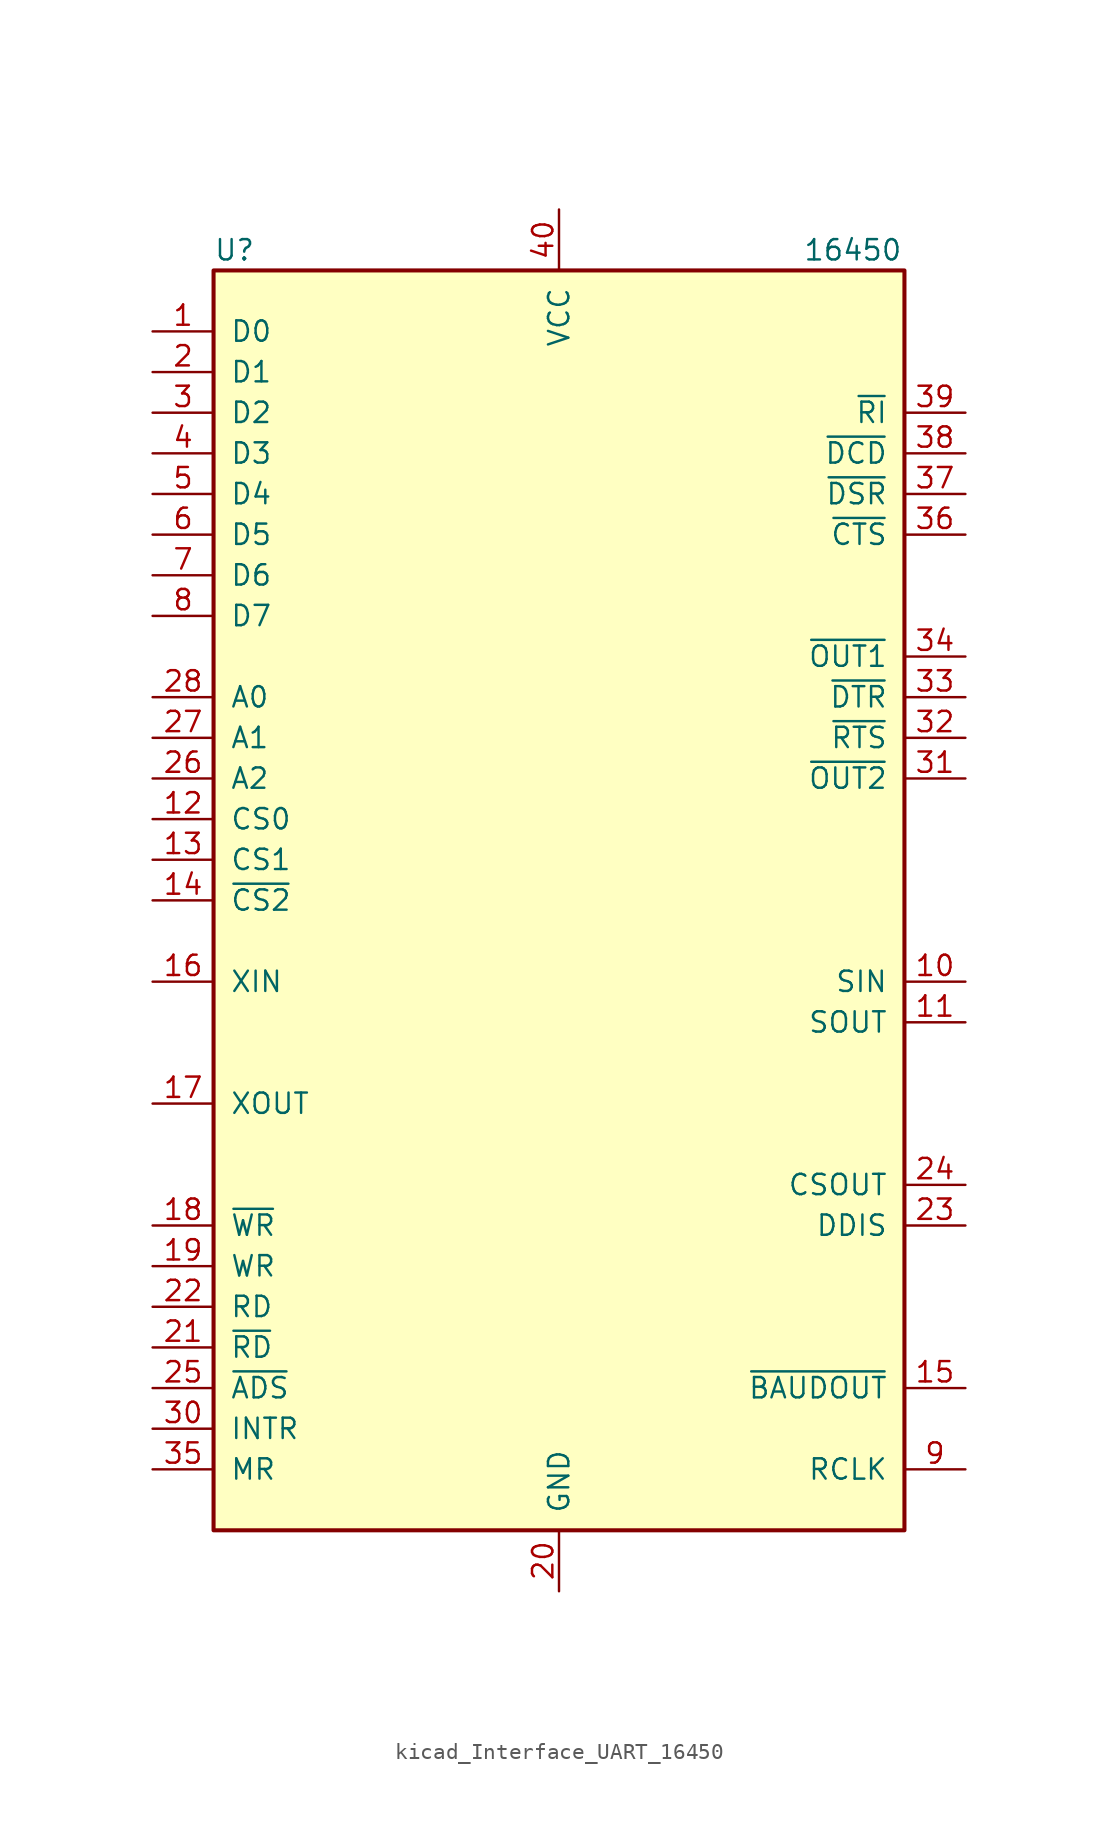
<source format=kicad_sym>
(kicad_symbol_lib
  (version 20220914)
  (generator kicad_symbol_editor)
  (symbol "kicad_Interface_UART_16450"
    (pin_names
      (offset 1.016))
    (property "Reference" "U"
      (at -21.59 40.64 0)
      (effects (font (size 1.27 1.27)) (justify left)))
    (property "Value" "16450"
      (at 15.24 40.64 0)
      (effects (font (size 1.27 1.27)) (justify left)))
    (symbol "kicad_Interface_UART_16450_0_1"
      (rectangle (start -21.59 -39.37) (end 21.59 39.37) (stroke (width 0.254) (type default)) (fill (type background))))
    (symbol "kicad_Interface_UART_16450_1_1"
      (pin bidirectional line (at -25.4 35.56 0) (length 3.81) (name "D0" (effects (font (size 1.27 1.27)))) (number "1" (effects (font (size 1.27 1.27)))))
      (pin input line (at 25.4 -5.08 180) (length 3.81) (name "SIN" (effects (font (size 1.27 1.27)))) (number "10" (effects (font (size 1.27 1.27)))))
      (pin output line (at 25.4 -7.62 180) (length 3.81) (name "SOUT" (effects (font (size 1.27 1.27)))) (number "11" (effects (font (size 1.27 1.27)))))
      (pin input line (at -25.4 5.08 0) (length 3.81) (name "CS0" (effects (font (size 1.27 1.27)))) (number "12" (effects (font (size 1.27 1.27)))))
      (pin input line (at -25.4 2.54 0) (length 3.81) (name "CS1" (effects (font (size 1.27 1.27)))) (number "13" (effects (font (size 1.27 1.27)))))
      (pin input line (at -25.4 0 0) (length 3.81) (name "~{CS2}" (effects (font (size 1.27 1.27)))) (number "14" (effects (font (size 1.27 1.27)))))
      (pin output line (at 25.4 -30.48 180) (length 3.81) (name "~{BAUDOUT}" (effects (font (size 1.27 1.27)))) (number "15" (effects (font (size 1.27 1.27)))))
      (pin input line (at -25.4 -5.08 0) (length 3.81) (name "XIN" (effects (font (size 1.27 1.27)))) (number "16" (effects (font (size 1.27 1.27)))))
      (pin output line (at -25.4 -12.7 0) (length 3.81) (name "XOUT" (effects (font (size 1.27 1.27)))) (number "17" (effects (font (size 1.27 1.27)))))
      (pin input line (at -25.4 -20.32 0) (length 3.81) (name "~{WR}" (effects (font (size 1.27 1.27)))) (number "18" (effects (font (size 1.27 1.27)))))
      (pin input line (at -25.4 -22.86 0) (length 3.81) (name "WR" (effects (font (size 1.27 1.27)))) (number "19" (effects (font (size 1.27 1.27)))))
      (pin bidirectional line (at -25.4 33.02 0) (length 3.81) (name "D1" (effects (font (size 1.27 1.27)))) (number "2" (effects (font (size 1.27 1.27)))))
      (pin power_in line (at 0 -43.18 90) (length 3.81) (name "GND" (effects (font (size 1.27 1.27)))) (number "20" (effects (font (size 1.27 1.27)))))
      (pin input line (at -25.4 -27.94 0) (length 3.81) (name "~{RD}" (effects (font (size 1.27 1.27)))) (number "21" (effects (font (size 1.27 1.27)))))
      (pin input line (at -25.4 -25.4 0) (length 3.81) (name "RD" (effects (font (size 1.27 1.27)))) (number "22" (effects (font (size 1.27 1.27)))))
      (pin output line (at 25.4 -20.32 180) (length 3.81) (name "DDIS" (effects (font (size 1.27 1.27)))) (number "23" (effects (font (size 1.27 1.27)))))
      (pin output line (at 25.4 -17.78 180) (length 3.81) (name "CSOUT" (effects (font (size 1.27 1.27)))) (number "24" (effects (font (size 1.27 1.27)))))
      (pin input line (at -25.4 -30.48 0) (length 3.81) (name "~{ADS}" (effects (font (size 1.27 1.27)))) (number "25" (effects (font (size 1.27 1.27)))))
      (pin input line (at -25.4 7.62 0) (length 3.81) (name "A2" (effects (font (size 1.27 1.27)))) (number "26" (effects (font (size 1.27 1.27)))))
      (pin input line (at -25.4 10.16 0) (length 3.81) (name "A1" (effects (font (size 1.27 1.27)))) (number "27" (effects (font (size 1.27 1.27)))))
      (pin input line (at -25.4 12.7 0) (length 3.81) (name "A0" (effects (font (size 1.27 1.27)))) (number "28" (effects (font (size 1.27 1.27)))))
      (pin bidirectional line (at -25.4 30.48 0) (length 3.81) (name "D2" (effects (font (size 1.27 1.27)))) (number "3" (effects (font (size 1.27 1.27)))))
      (pin output line (at -25.4 -33.02 0) (length 3.81) (name "INTR" (effects (font (size 1.27 1.27)))) (number "30" (effects (font (size 1.27 1.27)))))
      (pin output line (at 25.4 7.62 180) (length 3.81) (name "~{OUT2}" (effects (font (size 1.27 1.27)))) (number "31" (effects (font (size 1.27 1.27)))))
      (pin output line (at 25.4 10.16 180) (length 3.81) (name "~{RTS}" (effects (font (size 1.27 1.27)))) (number "32" (effects (font (size 1.27 1.27)))))
      (pin output line (at 25.4 12.7 180) (length 3.81) (name "~{DTR}" (effects (font (size 1.27 1.27)))) (number "33" (effects (font (size 1.27 1.27)))))
      (pin output line (at 25.4 15.24 180) (length 3.81) (name "~{OUT1}" (effects (font (size 1.27 1.27)))) (number "34" (effects (font (size 1.27 1.27)))))
      (pin input line (at -25.4 -35.56 0) (length 3.81) (name "MR" (effects (font (size 1.27 1.27)))) (number "35" (effects (font (size 1.27 1.27)))))
      (pin input line (at 25.4 22.86 180) (length 3.81) (name "~{CTS}" (effects (font (size 1.27 1.27)))) (number "36" (effects (font (size 1.27 1.27)))))
      (pin input line (at 25.4 25.4 180) (length 3.81) (name "~{DSR}" (effects (font (size 1.27 1.27)))) (number "37" (effects (font (size 1.27 1.27)))))
      (pin input line (at 25.4 27.94 180) (length 3.81) (name "~{DCD}" (effects (font (size 1.27 1.27)))) (number "38" (effects (font (size 1.27 1.27)))))
      (pin input line (at 25.4 30.48 180) (length 3.81) (name "~{RI}" (effects (font (size 1.27 1.27)))) (number "39" (effects (font (size 1.27 1.27)))))
      (pin bidirectional line (at -25.4 27.94 0) (length 3.81) (name "D3" (effects (font (size 1.27 1.27)))) (number "4" (effects (font (size 1.27 1.27)))))
      (pin power_in line (at 0 43.18 270) (length 3.81) (name "VCC" (effects (font (size 1.27 1.27)))) (number "40" (effects (font (size 1.27 1.27)))))
      (pin bidirectional line (at -25.4 25.4 0) (length 3.81) (name "D4" (effects (font (size 1.27 1.27)))) (number "5" (effects (font (size 1.27 1.27)))))
      (pin bidirectional line (at -25.4 22.86 0) (length 3.81) (name "D5" (effects (font (size 1.27 1.27)))) (number "6" (effects (font (size 1.27 1.27)))))
      (pin bidirectional line (at -25.4 20.32 0) (length 3.81) (name "D6" (effects (font (size 1.27 1.27)))) (number "7" (effects (font (size 1.27 1.27)))))
      (pin bidirectional line (at -25.4 17.78 0) (length 3.81) (name "D7" (effects (font (size 1.27 1.27)))) (number "8" (effects (font (size 1.27 1.27)))))
      (pin input line (at 25.4 -35.56 180) (length 3.81) (name "RCLK" (effects (font (size 1.27 1.27)))) (number "9" (effects (font (size 1.27 1.27))))))))
</source>
